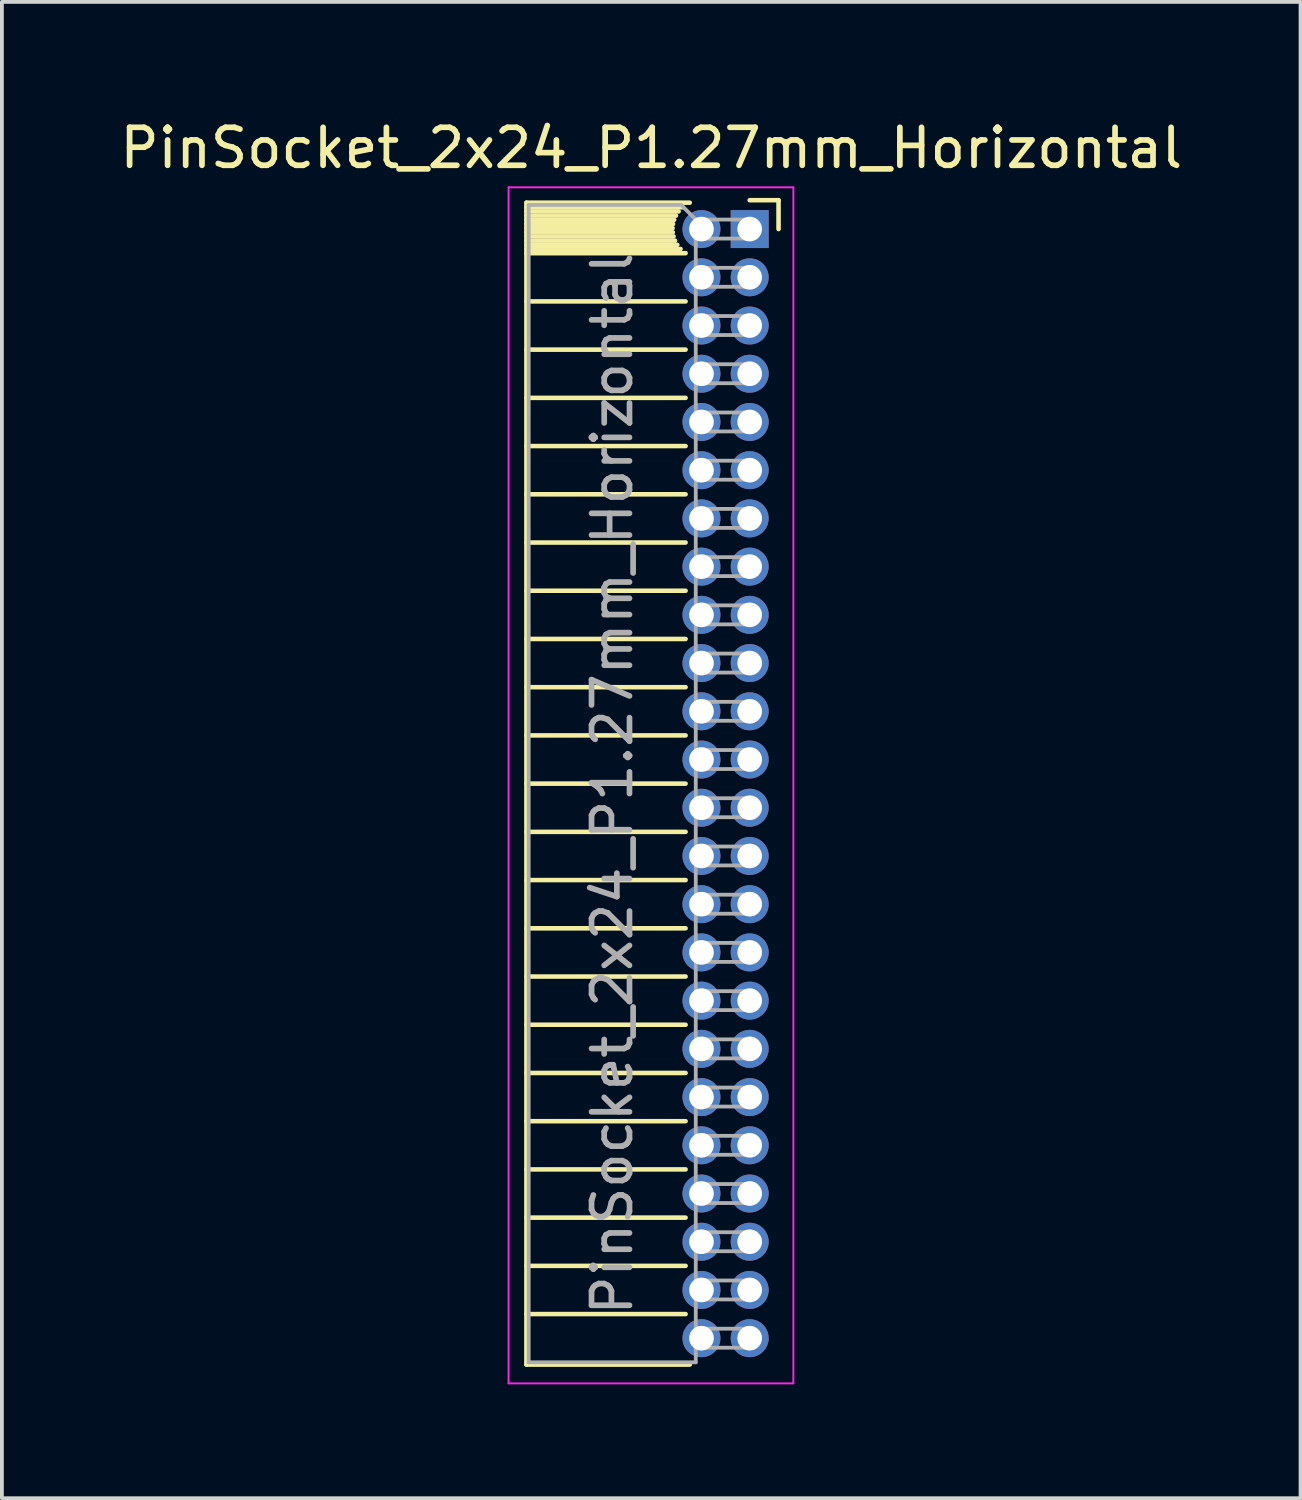
<source format=kicad_pcb>
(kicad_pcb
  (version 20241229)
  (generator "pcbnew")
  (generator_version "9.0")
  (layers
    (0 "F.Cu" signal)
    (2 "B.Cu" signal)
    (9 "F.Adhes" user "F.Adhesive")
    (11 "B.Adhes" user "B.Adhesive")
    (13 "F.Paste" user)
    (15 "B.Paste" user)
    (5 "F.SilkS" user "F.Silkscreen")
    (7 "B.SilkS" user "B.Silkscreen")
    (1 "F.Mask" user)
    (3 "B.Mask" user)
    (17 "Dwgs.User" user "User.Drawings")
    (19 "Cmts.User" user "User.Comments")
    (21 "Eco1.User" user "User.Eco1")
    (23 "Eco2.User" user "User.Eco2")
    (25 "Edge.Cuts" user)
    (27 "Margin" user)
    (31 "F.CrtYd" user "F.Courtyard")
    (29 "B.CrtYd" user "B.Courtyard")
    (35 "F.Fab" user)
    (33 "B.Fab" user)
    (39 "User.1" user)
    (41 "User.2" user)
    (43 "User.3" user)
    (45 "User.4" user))
  (footprint "PinSocket_2x24_P1.27mm_Horizontal"
    (layer "F.Cu")
    (at 16.694 2.983)
    (property "Reference" "PinSocket_2x24_P1.27mm_Horizontal" (at -2.592 -2.135 0) (layer "F.SilkS") (effects (font (size 1 1) (thickness 0.15))))
    (attr through_hole)
    (fp_line (start -5.88 -0.695) (end -5.88 29.905) (stroke (width 0.12) (type solid)) (layer "F.SilkS"))
    (fp_line (start -5.88 -0.695) (end -1.578 -0.695) (stroke (width 0.12) (type solid)) (layer "F.SilkS"))
    (fp_line (start -5.88 -0.575) (end -1.767 -0.575) (stroke (width 0.12) (type solid)) (layer "F.SilkS"))
    (fp_line (start -5.88 -0.465) (end -1.871 -0.465) (stroke (width 0.12) (type solid)) (layer "F.SilkS"))
    (fp_line (start -5.88 -0.355) (end -1.942 -0.355) (stroke (width 0.12) (type solid)) (layer "F.SilkS"))
    (fp_line (start -5.88 -0.245) (end -1.989 -0.245) (stroke (width 0.12) (type solid)) (layer "F.SilkS"))
    (fp_line (start -5.88 -0.135) (end -2.018 -0.135) (stroke (width 0.12) (type solid)) (layer "F.SilkS"))
    (fp_line (start -5.88 -0.025) (end -2.03 -0.025) (stroke (width 0.12) (type solid)) (layer "F.SilkS"))
    (fp_line (start -5.88 0.085) (end -2.025 0.085) (stroke (width 0.12) (type solid)) (layer "F.SilkS"))
    (fp_line (start -5.88 0.195) (end -2.005 0.195) (stroke (width 0.12) (type solid)) (layer "F.SilkS"))
    (fp_line (start -5.88 0.305) (end -1.966 0.305) (stroke (width 0.12) (type solid)) (layer "F.SilkS"))
    (fp_line (start -5.88 0.415) (end -1.907 0.415) (stroke (width 0.12) (type solid)) (layer "F.SilkS"))
    (fp_line (start -5.88 0.525) (end -1.82 0.525) (stroke (width 0.12) (type solid)) (layer "F.SilkS"))
    (fp_line (start -5.88 0.635) (end -1.688 0.635) (stroke (width 0.12) (type solid)) (layer "F.SilkS"))
    (fp_line (start -5.88 1.905) (end -1.688 1.905) (stroke (width 0.12) (type solid)) (layer "F.SilkS"))
    (fp_line (start -5.88 3.175) (end -1.688 3.175) (stroke (width 0.12) (type solid)) (layer "F.SilkS"))
    (fp_line (start -5.88 4.445) (end -1.688 4.445) (stroke (width 0.12) (type solid)) (layer "F.SilkS"))
    (fp_line (start -5.88 5.715) (end -1.688 5.715) (stroke (width 0.12) (type solid)) (layer "F.SilkS"))
    (fp_line (start -5.88 6.985) (end -1.688 6.985) (stroke (width 0.12) (type solid)) (layer "F.SilkS"))
    (fp_line (start -5.88 8.255) (end -1.688 8.255) (stroke (width 0.12) (type solid)) (layer "F.SilkS"))
    (fp_line (start -5.88 9.525) (end -1.688 9.525) (stroke (width 0.12) (type solid)) (layer "F.SilkS"))
    (fp_line (start -5.88 10.795) (end -1.688 10.795) (stroke (width 0.12) (type solid)) (layer "F.SilkS"))
    (fp_line (start -5.88 12.065) (end -1.688 12.065) (stroke (width 0.12) (type solid)) (layer "F.SilkS"))
    (fp_line (start -5.88 13.335) (end -1.688 13.335) (stroke (width 0.12) (type solid)) (layer "F.SilkS"))
    (fp_line (start -5.88 14.605) (end -1.688 14.605) (stroke (width 0.12) (type solid)) (layer "F.SilkS"))
    (fp_line (start -5.88 15.875) (end -1.688 15.875) (stroke (width 0.12) (type solid)) (layer "F.SilkS"))
    (fp_line (start -5.88 17.145) (end -1.688 17.145) (stroke (width 0.12) (type solid)) (layer "F.SilkS"))
    (fp_line (start -5.88 18.415) (end -1.688 18.415) (stroke (width 0.12) (type solid)) (layer "F.SilkS"))
    (fp_line (start -5.88 19.685) (end -1.688 19.685) (stroke (width 0.12) (type solid)) (layer "F.SilkS"))
    (fp_line (start -5.88 20.955) (end -1.688 20.955) (stroke (width 0.12) (type solid)) (layer "F.SilkS"))
    (fp_line (start -5.88 22.225) (end -1.688 22.225) (stroke (width 0.12) (type solid)) (layer "F.SilkS"))
    (fp_line (start -5.88 23.495) (end -1.688 23.495) (stroke (width 0.12) (type solid)) (layer "F.SilkS"))
    (fp_line (start -5.88 24.765) (end -1.688 24.765) (stroke (width 0.12) (type solid)) (layer "F.SilkS"))
    (fp_line (start -5.88 26.035) (end -1.688 26.035) (stroke (width 0.12) (type solid)) (layer "F.SilkS"))
    (fp_line (start -5.88 27.305) (end -1.688 27.305) (stroke (width 0.12) (type solid)) (layer "F.SilkS"))
    (fp_line (start -5.88 28.575) (end -1.688 28.575) (stroke (width 0.12) (type solid)) (layer "F.SilkS"))
    (fp_line (start -5.88 29.905) (end -1.578 29.905) (stroke (width 0.12) (type solid)) (layer "F.SilkS"))
    (fp_line (start 0 -0.76) (end 0.76 -0.76) (stroke (width 0.12) (type solid)) (layer "F.SilkS"))
    (fp_line (start 0.76 -0.76) (end 0.76 0) (stroke (width 0.12) (type solid)) (layer "F.SilkS"))
    (fp_line (start -6.35 -1.1) (end -6.35 30.4) (stroke (width 0.05) (type solid)) (layer "F.CrtYd"))
    (fp_line (start -6.35 30.4) (end 1.15 30.4) (stroke (width 0.05) (type solid)) (layer "F.CrtYd"))
    (fp_line (start 1.15 -1.1) (end -6.35 -1.1) (stroke (width 0.05) (type solid)) (layer "F.CrtYd"))
    (fp_line (start 1.15 30.4) (end 1.15 -1.1) (stroke (width 0.05) (type solid)) (layer "F.CrtYd"))
    (fp_line (start -5.82 -0.635) (end -1.805 -0.635) (stroke (width 0.1) (type solid)) (layer "F.Fab"))
    (fp_line (start -5.82 29.845) (end -5.82 -0.635) (stroke (width 0.1) (type solid)) (layer "F.Fab"))
    (fp_line (start -1.805 -0.635) (end -1.42 -0.25) (stroke (width 0.1) (type solid)) (layer "F.Fab"))
    (fp_line (start -1.42 -0.25) (end -1.42 29.845) (stroke (width 0.1) (type solid)) (layer "F.Fab"))
    (fp_line (start -1.42 0.25) (end 0 0.25) (stroke (width 0.1) (type solid)) (layer "F.Fab"))
    (fp_line (start -1.42 1.52) (end 0 1.52) (stroke (width 0.1) (type solid)) (layer "F.Fab"))
    (fp_line (start -1.42 2.79) (end 0 2.79) (stroke (width 0.1) (type solid)) (layer "F.Fab"))
    (fp_line (start -1.42 4.06) (end 0 4.06) (stroke (width 0.1) (type solid)) (layer "F.Fab"))
    (fp_line (start -1.42 5.33) (end 0 5.33) (stroke (width 0.1) (type solid)) (layer "F.Fab"))
    (fp_line (start -1.42 6.6) (end 0 6.6) (stroke (width 0.1) (type solid)) (layer "F.Fab"))
    (fp_line (start -1.42 7.87) (end 0 7.87) (stroke (width 0.1) (type solid)) (layer "F.Fab"))
    (fp_line (start -1.42 9.14) (end 0 9.14) (stroke (width 0.1) (type solid)) (layer "F.Fab"))
    (fp_line (start -1.42 10.41) (end 0 10.41) (stroke (width 0.1) (type solid)) (layer "F.Fab"))
    (fp_line (start -1.42 11.68) (end 0 11.68) (stroke (width 0.1) (type solid)) (layer "F.Fab"))
    (fp_line (start -1.42 12.95) (end 0 12.95) (stroke (width 0.1) (type solid)) (layer "F.Fab"))
    (fp_line (start -1.42 14.22) (end 0 14.22) (stroke (width 0.1) (type solid)) (layer "F.Fab"))
    (fp_line (start -1.42 15.49) (end 0 15.49) (stroke (width 0.1) (type solid)) (layer "F.Fab"))
    (fp_line (start -1.42 16.76) (end 0 16.76) (stroke (width 0.1) (type solid)) (layer "F.Fab"))
    (fp_line (start -1.42 18.03) (end 0 18.03) (stroke (width 0.1) (type solid)) (layer "F.Fab"))
    (fp_line (start -1.42 19.3) (end 0 19.3) (stroke (width 0.1) (type solid)) (layer "F.Fab"))
    (fp_line (start -1.42 20.57) (end 0 20.57) (stroke (width 0.1) (type solid)) (layer "F.Fab"))
    (fp_line (start -1.42 21.84) (end 0 21.84) (stroke (width 0.1) (type solid)) (layer "F.Fab"))
    (fp_line (start -1.42 23.11) (end 0 23.11) (stroke (width 0.1) (type solid)) (layer "F.Fab"))
    (fp_line (start -1.42 24.38) (end 0 24.38) (stroke (width 0.1) (type solid)) (layer "F.Fab"))
    (fp_line (start -1.42 25.65) (end 0 25.65) (stroke (width 0.1) (type solid)) (layer "F.Fab"))
    (fp_line (start -1.42 26.92) (end 0 26.92) (stroke (width 0.1) (type solid)) (layer "F.Fab"))
    (fp_line (start -1.42 28.19) (end 0 28.19) (stroke (width 0.1) (type solid)) (layer "F.Fab"))
    (fp_line (start -1.42 29.46) (end 0 29.46) (stroke (width 0.1) (type solid)) (layer "F.Fab"))
    (fp_line (start -1.42 29.845) (end -5.82 29.845) (stroke (width 0.1) (type solid)) (layer "F.Fab"))
    (fp_line (start 0 -0.25) (end -1.42 -0.25) (stroke (width 0.1) (type solid)) (layer "F.Fab"))
    (fp_line (start 0 0.25) (end 0 -0.25) (stroke (width 0.1) (type solid)) (layer "F.Fab"))
    (fp_line (start 0 1.02) (end -1.42 1.02) (stroke (width 0.1) (type solid)) (layer "F.Fab"))
    (fp_line (start 0 1.52) (end 0 1.02) (stroke (width 0.1) (type solid)) (layer "F.Fab"))
    (fp_line (start 0 2.29) (end -1.42 2.29) (stroke (width 0.1) (type solid)) (layer "F.Fab"))
    (fp_line (start 0 2.79) (end 0 2.29) (stroke (width 0.1) (type solid)) (layer "F.Fab"))
    (fp_line (start 0 3.56) (end -1.42 3.56) (stroke (width 0.1) (type solid)) (layer "F.Fab"))
    (fp_line (start 0 4.06) (end 0 3.56) (stroke (width 0.1) (type solid)) (layer "F.Fab"))
    (fp_line (start 0 4.83) (end -1.42 4.83) (stroke (width 0.1) (type solid)) (layer "F.Fab"))
    (fp_line (start 0 5.33) (end 0 4.83) (stroke (width 0.1) (type solid)) (layer "F.Fab"))
    (fp_line (start 0 6.1) (end -1.42 6.1) (stroke (width 0.1) (type solid)) (layer "F.Fab"))
    (fp_line (start 0 6.6) (end 0 6.1) (stroke (width 0.1) (type solid)) (layer "F.Fab"))
    (fp_line (start 0 7.37) (end -1.42 7.37) (stroke (width 0.1) (type solid)) (layer "F.Fab"))
    (fp_line (start 0 7.87) (end 0 7.37) (stroke (width 0.1) (type solid)) (layer "F.Fab"))
    (fp_line (start 0 8.64) (end -1.42 8.64) (stroke (width 0.1) (type solid)) (layer "F.Fab"))
    (fp_line (start 0 9.14) (end 0 8.64) (stroke (width 0.1) (type solid)) (layer "F.Fab"))
    (fp_line (start 0 9.91) (end -1.42 9.91) (stroke (width 0.1) (type solid)) (layer "F.Fab"))
    (fp_line (start 0 10.41) (end 0 9.91) (stroke (width 0.1) (type solid)) (layer "F.Fab"))
    (fp_line (start 0 11.18) (end -1.42 11.18) (stroke (width 0.1) (type solid)) (layer "F.Fab"))
    (fp_line (start 0 11.68) (end 0 11.18) (stroke (width 0.1) (type solid)) (layer "F.Fab"))
    (fp_line (start 0 12.45) (end -1.42 12.45) (stroke (width 0.1) (type solid)) (layer "F.Fab"))
    (fp_line (start 0 12.95) (end 0 12.45) (stroke (width 0.1) (type solid)) (layer "F.Fab"))
    (fp_line (start 0 13.72) (end -1.42 13.72) (stroke (width 0.1) (type solid)) (layer "F.Fab"))
    (fp_line (start 0 14.22) (end 0 13.72) (stroke (width 0.1) (type solid)) (layer "F.Fab"))
    (fp_line (start 0 14.99) (end -1.42 14.99) (stroke (width 0.1) (type solid)) (layer "F.Fab"))
    (fp_line (start 0 15.49) (end 0 14.99) (stroke (width 0.1) (type solid)) (layer "F.Fab"))
    (fp_line (start 0 16.26) (end -1.42 16.26) (stroke (width 0.1) (type solid)) (layer "F.Fab"))
    (fp_line (start 0 16.76) (end 0 16.26) (stroke (width 0.1) (type solid)) (layer "F.Fab"))
    (fp_line (start 0 17.53) (end -1.42 17.53) (stroke (width 0.1) (type solid)) (layer "F.Fab"))
    (fp_line (start 0 18.03) (end 0 17.53) (stroke (width 0.1) (type solid)) (layer "F.Fab"))
    (fp_line (start 0 18.8) (end -1.42 18.8) (stroke (width 0.1) (type solid)) (layer "F.Fab"))
    (fp_line (start 0 19.3) (end 0 18.8) (stroke (width 0.1) (type solid)) (layer "F.Fab"))
    (fp_line (start 0 20.07) (end -1.42 20.07) (stroke (width 0.1) (type solid)) (layer "F.Fab"))
    (fp_line (start 0 20.57) (end 0 20.07) (stroke (width 0.1) (type solid)) (layer "F.Fab"))
    (fp_line (start 0 21.34) (end -1.42 21.34) (stroke (width 0.1) (type solid)) (layer "F.Fab"))
    (fp_line (start 0 21.84) (end 0 21.34) (stroke (width 0.1) (type solid)) (layer "F.Fab"))
    (fp_line (start 0 22.61) (end -1.42 22.61) (stroke (width 0.1) (type solid)) (layer "F.Fab"))
    (fp_line (start 0 23.11) (end 0 22.61) (stroke (width 0.1) (type solid)) (layer "F.Fab"))
    (fp_line (start 0 23.88) (end -1.42 23.88) (stroke (width 0.1) (type solid)) (layer "F.Fab"))
    (fp_line (start 0 24.38) (end 0 23.88) (stroke (width 0.1) (type solid)) (layer "F.Fab"))
    (fp_line (start 0 25.15) (end -1.42 25.15) (stroke (width 0.1) (type solid)) (layer "F.Fab"))
    (fp_line (start 0 25.65) (end 0 25.15) (stroke (width 0.1) (type solid)) (layer "F.Fab"))
    (fp_line (start 0 26.42) (end -1.42 26.42) (stroke (width 0.1) (type solid)) (layer "F.Fab"))
    (fp_line (start 0 26.92) (end 0 26.42) (stroke (width 0.1) (type solid)) (layer "F.Fab"))
    (fp_line (start 0 27.69) (end -1.42 27.69) (stroke (width 0.1) (type solid)) (layer "F.Fab"))
    (fp_line (start 0 28.19) (end 0 27.69) (stroke (width 0.1) (type solid)) (layer "F.Fab"))
    (fp_line (start 0 28.96) (end -1.42 28.96) (stroke (width 0.1) (type solid)) (layer "F.Fab"))
    (fp_line (start 0 29.46) (end 0 28.96) (stroke (width 0.1) (type solid)) (layer "F.Fab"))
    (fp_text user "${REFERENCE}" (at -3.62 14.605 90) (layer "F.Fab") (effects (font (size 1 1) (thickness 0.15))))
    (pad "1" thru_hole rect (at 0 0) (size 1 1) (drill 0.65) (layers "*.Cu" "*.Mask"))
    (pad "2" thru_hole oval (at -1.27 0) (size 1 1) (drill 0.65) (layers "*.Cu" "*.Mask"))
    (pad "3" thru_hole oval (at 0 1.27) (size 1 1) (drill 0.65) (layers "*.Cu" "*.Mask"))
    (pad "4" thru_hole oval (at -1.27 1.27) (size 1 1) (drill 0.65) (layers "*.Cu" "*.Mask"))
    (pad "5" thru_hole oval (at 0 2.54) (size 1 1) (drill 0.65) (layers "*.Cu" "*.Mask"))
    (pad "6" thru_hole oval (at -1.27 2.54) (size 1 1) (drill 0.65) (layers "*.Cu" "*.Mask"))
    (pad "7" thru_hole oval (at 0 3.81) (size 1 1) (drill 0.65) (layers "*.Cu" "*.Mask"))
    (pad "8" thru_hole oval (at -1.27 3.81) (size 1 1) (drill 0.65) (layers "*.Cu" "*.Mask"))
    (pad "9" thru_hole oval (at 0 5.08) (size 1 1) (drill 0.65) (layers "*.Cu" "*.Mask"))
    (pad "10" thru_hole oval (at -1.27 5.08) (size 1 1) (drill 0.65) (layers "*.Cu" "*.Mask"))
    (pad "11" thru_hole oval (at 0 6.35) (size 1 1) (drill 0.65) (layers "*.Cu" "*.Mask"))
    (pad "12" thru_hole oval (at -1.27 6.35) (size 1 1) (drill 0.65) (layers "*.Cu" "*.Mask"))
    (pad "13" thru_hole oval (at 0 7.62) (size 1 1) (drill 0.65) (layers "*.Cu" "*.Mask"))
    (pad "14" thru_hole oval (at -1.27 7.62) (size 1 1) (drill 0.65) (layers "*.Cu" "*.Mask"))
    (pad "15" thru_hole oval (at 0 8.89) (size 1 1) (drill 0.65) (layers "*.Cu" "*.Mask"))
    (pad "16" thru_hole oval (at -1.27 8.89) (size 1 1) (drill 0.65) (layers "*.Cu" "*.Mask"))
    (pad "17" thru_hole oval (at 0 10.16) (size 1 1) (drill 0.65) (layers "*.Cu" "*.Mask"))
    (pad "18" thru_hole oval (at -1.27 10.16) (size 1 1) (drill 0.65) (layers "*.Cu" "*.Mask"))
    (pad "19" thru_hole oval (at 0 11.43) (size 1 1) (drill 0.65) (layers "*.Cu" "*.Mask"))
    (pad "20" thru_hole oval (at -1.27 11.43) (size 1 1) (drill 0.65) (layers "*.Cu" "*.Mask"))
    (pad "21" thru_hole oval (at 0 12.7) (size 1 1) (drill 0.65) (layers "*.Cu" "*.Mask"))
    (pad "22" thru_hole oval (at -1.27 12.7) (size 1 1) (drill 0.65) (layers "*.Cu" "*.Mask"))
    (pad "23" thru_hole oval (at 0 13.97) (size 1 1) (drill 0.65) (layers "*.Cu" "*.Mask"))
    (pad "24" thru_hole oval (at -1.27 13.97) (size 1 1) (drill 0.65) (layers "*.Cu" "*.Mask"))
    (pad "25" thru_hole oval (at 0 15.24) (size 1 1) (drill 0.65) (layers "*.Cu" "*.Mask"))
    (pad "26" thru_hole oval (at -1.27 15.24) (size 1 1) (drill 0.65) (layers "*.Cu" "*.Mask"))
    (pad "27" thru_hole oval (at 0 16.51) (size 1 1) (drill 0.65) (layers "*.Cu" "*.Mask"))
    (pad "28" thru_hole oval (at -1.27 16.51) (size 1 1) (drill 0.65) (layers "*.Cu" "*.Mask"))
    (pad "29" thru_hole oval (at 0 17.78) (size 1 1) (drill 0.65) (layers "*.Cu" "*.Mask"))
    (pad "30" thru_hole oval (at -1.27 17.78) (size 1 1) (drill 0.65) (layers "*.Cu" "*.Mask"))
    (pad "31" thru_hole oval (at 0 19.05) (size 1 1) (drill 0.65) (layers "*.Cu" "*.Mask"))
    (pad "32" thru_hole oval (at -1.27 19.05) (size 1 1) (drill 0.65) (layers "*.Cu" "*.Mask"))
    (pad "33" thru_hole oval (at 0 20.32) (size 1 1) (drill 0.65) (layers "*.Cu" "*.Mask"))
    (pad "34" thru_hole oval (at -1.27 20.32) (size 1 1) (drill 0.65) (layers "*.Cu" "*.Mask"))
    (pad "35" thru_hole oval (at 0 21.59) (size 1 1) (drill 0.65) (layers "*.Cu" "*.Mask"))
    (pad "36" thru_hole oval (at -1.27 21.59) (size 1 1) (drill 0.65) (layers "*.Cu" "*.Mask"))
    (pad "37" thru_hole oval (at 0 22.86) (size 1 1) (drill 0.65) (layers "*.Cu" "*.Mask"))
    (pad "38" thru_hole oval (at -1.27 22.86) (size 1 1) (drill 0.65) (layers "*.Cu" "*.Mask"))
    (pad "39" thru_hole oval (at 0 24.13) (size 1 1) (drill 0.65) (layers "*.Cu" "*.Mask"))
    (pad "40" thru_hole oval (at -1.27 24.13) (size 1 1) (drill 0.65) (layers "*.Cu" "*.Mask"))
    (pad "41" thru_hole oval (at 0 25.4) (size 1 1) (drill 0.65) (layers "*.Cu" "*.Mask"))
    (pad "42" thru_hole oval (at -1.27 25.4) (size 1 1) (drill 0.65) (layers "*.Cu" "*.Mask"))
    (pad "43" thru_hole oval (at 0 26.67) (size 1 1) (drill 0.65) (layers "*.Cu" "*.Mask"))
    (pad "44" thru_hole oval (at -1.27 26.67) (size 1 1) (drill 0.65) (layers "*.Cu" "*.Mask"))
    (pad "45" thru_hole oval (at 0 27.94) (size 1 1) (drill 0.65) (layers "*.Cu" "*.Mask"))
    (pad "46" thru_hole oval (at -1.27 27.94) (size 1 1) (drill 0.65) (layers "*.Cu" "*.Mask"))
    (pad "47" thru_hole oval (at 0 29.21) (size 1 1) (drill 0.65) (layers "*.Cu" "*.Mask"))
    (pad "48" thru_hole oval (at -1.27 29.21) (size 1 1) (drill 0.65) (layers "*.Cu" "*.Mask")))
  (gr_rect
    (start -3 -3)
    (end 31.202 36.408)
    (stroke (width 0.1) (type default))
    (fill no)
    (layer "Edge.Cuts")))
</source>
